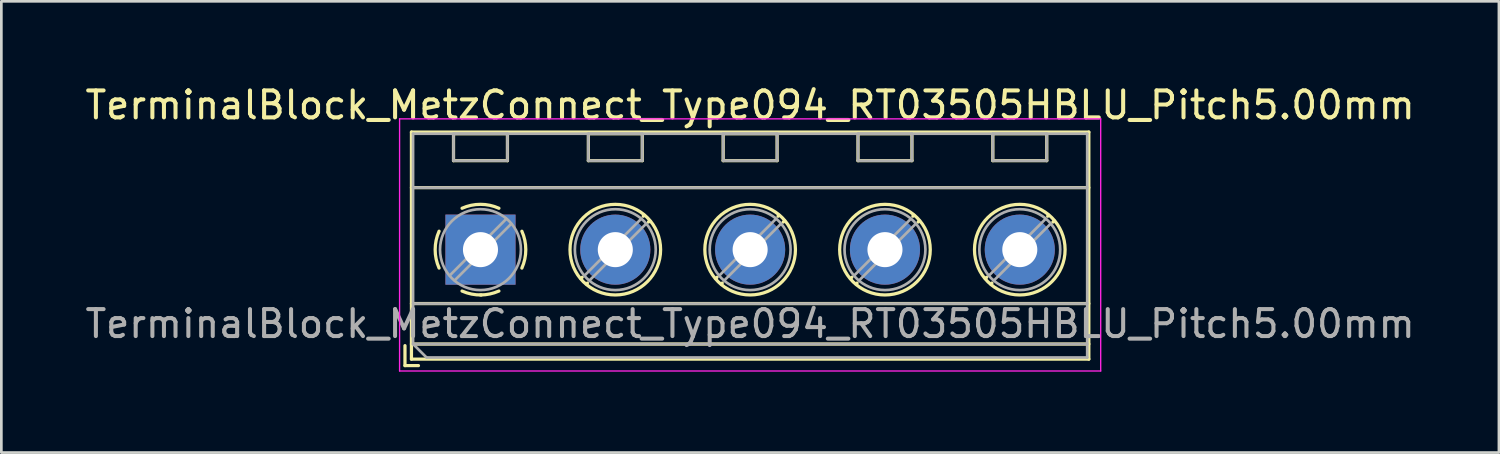
<source format=kicad_pcb>
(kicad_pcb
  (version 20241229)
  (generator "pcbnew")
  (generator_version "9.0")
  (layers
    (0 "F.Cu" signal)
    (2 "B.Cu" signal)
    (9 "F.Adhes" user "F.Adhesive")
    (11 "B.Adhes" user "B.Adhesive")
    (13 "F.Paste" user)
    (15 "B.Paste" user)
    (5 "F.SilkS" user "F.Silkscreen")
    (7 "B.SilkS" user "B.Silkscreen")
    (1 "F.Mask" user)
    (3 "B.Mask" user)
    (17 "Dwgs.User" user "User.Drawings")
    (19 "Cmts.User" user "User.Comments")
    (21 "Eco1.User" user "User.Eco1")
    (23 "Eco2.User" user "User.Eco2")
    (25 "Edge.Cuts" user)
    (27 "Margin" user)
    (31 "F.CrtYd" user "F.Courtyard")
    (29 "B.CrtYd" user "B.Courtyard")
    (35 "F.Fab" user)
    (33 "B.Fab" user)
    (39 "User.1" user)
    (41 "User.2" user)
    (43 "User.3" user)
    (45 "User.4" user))
  (footprint "TerminalBlock_MetzConnect_Type094_RT03505HBLU_Pitch5.00mm"
    (layer "F.Cu")
    (at 14.768 6.208)
    (property "Reference" "TerminalBlock_MetzConnect_Type094_RT03505HBLU_Pitch5.00mm" (at 10 -5.36 0) (layer "F.SilkS") (effects (font (size 1 1) (thickness 0.15))))
    (attr through_hole)
    (fp_line (start -2.8 3.56) (end -2.8 4.3) (stroke (width 0.12) (type solid)) (layer "F.SilkS"))
    (fp_line (start -2.8 4.3) (end -2.3 4.3) (stroke (width 0.12) (type solid)) (layer "F.SilkS"))
    (fp_line (start -2.56 -4.36) (end -2.56 4.06) (stroke (width 0.12) (type solid)) (layer "F.SilkS"))
    (fp_line (start -2.56 -2.3) (end 22.56 -2.3) (stroke (width 0.12) (type solid)) (layer "F.SilkS"))
    (fp_line (start -2.56 2) (end 22.56 2) (stroke (width 0.12) (type solid)) (layer "F.SilkS"))
    (fp_line (start -2.56 3.5) (end 22.56 3.5) (stroke (width 0.12) (type solid)) (layer "F.SilkS"))
    (fp_line (start -2.56 4.06) (end 22.56 4.06) (stroke (width 0.12) (type solid)) (layer "F.SilkS"))
    (fp_line (start -1 -4.3) (end -1 -3.3) (stroke (width 0.12) (type solid)) (layer "F.SilkS"))
    (fp_line (start -1 -4.3) (end 1 -4.3) (stroke (width 0.12) (type solid)) (layer "F.SilkS"))
    (fp_line (start -1 -3.3) (end 1 -3.3) (stroke (width 0.12) (type solid)) (layer "F.SilkS"))
    (fp_line (start 1 -4.3) (end 1 -3.3) (stroke (width 0.12) (type solid)) (layer "F.SilkS"))
    (fp_line (start 3.773 1.023) (end 3.726 1.069) (stroke (width 0.12) (type solid)) (layer "F.SilkS"))
    (fp_line (start 3.966 1.239) (end 3.931 1.274) (stroke (width 0.12) (type solid)) (layer "F.SilkS"))
    (fp_line (start 4 -4.3) (end 4 -3.3) (stroke (width 0.12) (type solid)) (layer "F.SilkS"))
    (fp_line (start 4 -4.3) (end 6 -4.3) (stroke (width 0.12) (type solid)) (layer "F.SilkS"))
    (fp_line (start 4 -3.3) (end 6 -3.3) (stroke (width 0.12) (type solid)) (layer "F.SilkS"))
    (fp_line (start 6 -4.3) (end 6 -3.3) (stroke (width 0.12) (type solid)) (layer "F.SilkS"))
    (fp_line (start 6.07 -1.275) (end 6.035 -1.239) (stroke (width 0.12) (type solid)) (layer "F.SilkS"))
    (fp_line (start 6.275 -1.069) (end 6.228 -1.023) (stroke (width 0.12) (type solid)) (layer "F.SilkS"))
    (fp_line (start 8.773 1.023) (end 8.726 1.069) (stroke (width 0.12) (type solid)) (layer "F.SilkS"))
    (fp_line (start 8.966 1.239) (end 8.931 1.274) (stroke (width 0.12) (type solid)) (layer "F.SilkS"))
    (fp_line (start 9 -4.3) (end 9 -3.3) (stroke (width 0.12) (type solid)) (layer "F.SilkS"))
    (fp_line (start 9 -4.3) (end 11 -4.3) (stroke (width 0.12) (type solid)) (layer "F.SilkS"))
    (fp_line (start 9 -3.3) (end 11 -3.3) (stroke (width 0.12) (type solid)) (layer "F.SilkS"))
    (fp_line (start 11 -4.3) (end 11 -3.3) (stroke (width 0.12) (type solid)) (layer "F.SilkS"))
    (fp_line (start 11.07 -1.275) (end 11.035 -1.239) (stroke (width 0.12) (type solid)) (layer "F.SilkS"))
    (fp_line (start 11.275 -1.069) (end 11.228 -1.023) (stroke (width 0.12) (type solid)) (layer "F.SilkS"))
    (fp_line (start 13.773 1.023) (end 13.726 1.069) (stroke (width 0.12) (type solid)) (layer "F.SilkS"))
    (fp_line (start 13.966 1.239) (end 13.931 1.274) (stroke (width 0.12) (type solid)) (layer "F.SilkS"))
    (fp_line (start 14 -4.3) (end 14 -3.3) (stroke (width 0.12) (type solid)) (layer "F.SilkS"))
    (fp_line (start 14 -4.3) (end 16 -4.3) (stroke (width 0.12) (type solid)) (layer "F.SilkS"))
    (fp_line (start 14 -3.3) (end 16 -3.3) (stroke (width 0.12) (type solid)) (layer "F.SilkS"))
    (fp_line (start 16 -4.3) (end 16 -3.3) (stroke (width 0.12) (type solid)) (layer "F.SilkS"))
    (fp_line (start 16.07 -1.275) (end 16.035 -1.239) (stroke (width 0.12) (type solid)) (layer "F.SilkS"))
    (fp_line (start 16.275 -1.069) (end 16.228 -1.023) (stroke (width 0.12) (type solid)) (layer "F.SilkS"))
    (fp_line (start 18.773 1.023) (end 18.726 1.069) (stroke (width 0.12) (type solid)) (layer "F.SilkS"))
    (fp_line (start 18.966 1.239) (end 18.931 1.274) (stroke (width 0.12) (type solid)) (layer "F.SilkS"))
    (fp_line (start 19 -4.3) (end 19 -3.3) (stroke (width 0.12) (type solid)) (layer "F.SilkS"))
    (fp_line (start 19 -4.3) (end 21 -4.3) (stroke (width 0.12) (type solid)) (layer "F.SilkS"))
    (fp_line (start 19 -3.3) (end 21 -3.3) (stroke (width 0.12) (type solid)) (layer "F.SilkS"))
    (fp_line (start 21 -4.3) (end 21 -3.3) (stroke (width 0.12) (type solid)) (layer "F.SilkS"))
    (fp_line (start 21.07 -1.275) (end 21.035 -1.239) (stroke (width 0.12) (type solid)) (layer "F.SilkS"))
    (fp_line (start 21.275 -1.069) (end 21.228 -1.023) (stroke (width 0.12) (type solid)) (layer "F.SilkS"))
    (fp_line (start 22.56 -4.36) (end -2.56 -4.36) (stroke (width 0.12) (type solid)) (layer "F.SilkS"))
    (fp_line (start 22.56 4.06) (end 22.56 -4.36) (stroke (width 0.12) (type solid)) (layer "F.SilkS"))
    (fp_arc (start -1.535427 0.683042) (mid -1.680501 -0.000524) (end -1.535 -0.684) (stroke (width 0.12) (type solid)) (layer "F.SilkS"))
    (fp_arc (start -0.683042 -1.535427) (mid 0.000524 -1.680501) (end 0.684 -1.535) (stroke (width 0.12) (type solid)) (layer "F.SilkS"))
    (fp_arc (start 0.028805 1.680253) (mid -0.335551 1.646659) (end -0.684 1.535) (stroke (width 0.12) (type solid)) (layer "F.SilkS"))
    (fp_arc (start 0.683318 1.534756) (mid 0.349292 1.643288) (end 0 1.68) (stroke (width 0.12) (type solid)) (layer "F.SilkS"))
    (fp_arc (start 1.535427 -0.683042) (mid 1.680501 0.000524) (end 1.535 0.684) (stroke (width 0.12) (type solid)) (layer "F.SilkS"))
    (fp_circle (center 5 0) (end 6.68 0) (stroke (width 0.12) (type solid)) (fill no) (layer "F.SilkS"))
    (fp_circle (center 10 0) (end 11.68 0) (stroke (width 0.12) (type solid)) (fill no) (layer "F.SilkS"))
    (fp_circle (center 15 0) (end 16.68 0) (stroke (width 0.12) (type solid)) (fill no) (layer "F.SilkS"))
    (fp_circle (center 20 0) (end 21.68 0) (stroke (width 0.12) (type solid)) (fill no) (layer "F.SilkS"))
    (fp_line (start -3 -4.85) (end -3 4.5) (stroke (width 0.05) (type solid)) (layer "F.CrtYd"))
    (fp_line (start -3 4.5) (end 23 4.5) (stroke (width 0.05) (type solid)) (layer "F.CrtYd"))
    (fp_line (start 23 -4.85) (end -3 -4.85) (stroke (width 0.05) (type solid)) (layer "F.CrtYd"))
    (fp_line (start 23 4.5) (end 23 -4.85) (stroke (width 0.05) (type solid)) (layer "F.CrtYd"))
    (fp_line (start -2.5 -4.3) (end 22.5 -4.3) (stroke (width 0.1) (type solid)) (layer "F.Fab"))
    (fp_line (start -2.5 -2.3) (end 22.5 -2.3) (stroke (width 0.1) (type solid)) (layer "F.Fab"))
    (fp_line (start -2.5 2) (end 22.5 2) (stroke (width 0.1) (type solid)) (layer "F.Fab"))
    (fp_line (start -2.5 3.5) (end -2.5 -4.3) (stroke (width 0.1) (type solid)) (layer "F.Fab"))
    (fp_line (start -2.5 3.5) (end 22.5 3.5) (stroke (width 0.1) (type solid)) (layer "F.Fab"))
    (fp_line (start -2 4) (end -2.5 3.5) (stroke (width 0.1) (type solid)) (layer "F.Fab"))
    (fp_line (start -1 -4.3) (end -1 -3.3) (stroke (width 0.1) (type solid)) (layer "F.Fab"))
    (fp_line (start -1 -3.3) (end 1 -3.3) (stroke (width 0.1) (type solid)) (layer "F.Fab"))
    (fp_line (start 0.955 -1.138) (end -1.138 0.955) (stroke (width 0.1) (type solid)) (layer "F.Fab"))
    (fp_line (start 1 -4.3) (end -1 -4.3) (stroke (width 0.1) (type solid)) (layer "F.Fab"))
    (fp_line (start 1 -3.3) (end 1 -4.3) (stroke (width 0.1) (type solid)) (layer "F.Fab"))
    (fp_line (start 1.138 -0.955) (end -0.955 1.138) (stroke (width 0.1) (type solid)) (layer "F.Fab"))
    (fp_line (start 4 -4.3) (end 4 -3.3) (stroke (width 0.1) (type solid)) (layer "F.Fab"))
    (fp_line (start 4 -3.3) (end 6 -3.3) (stroke (width 0.1) (type solid)) (layer "F.Fab"))
    (fp_line (start 5.955 -1.138) (end 3.863 0.955) (stroke (width 0.1) (type solid)) (layer "F.Fab"))
    (fp_line (start 6 -4.3) (end 4 -4.3) (stroke (width 0.1) (type solid)) (layer "F.Fab"))
    (fp_line (start 6 -3.3) (end 6 -4.3) (stroke (width 0.1) (type solid)) (layer "F.Fab"))
    (fp_line (start 6.138 -0.955) (end 4.046 1.138) (stroke (width 0.1) (type solid)) (layer "F.Fab"))
    (fp_line (start 9 -4.3) (end 9 -3.3) (stroke (width 0.1) (type solid)) (layer "F.Fab"))
    (fp_line (start 9 -3.3) (end 11 -3.3) (stroke (width 0.1) (type solid)) (layer "F.Fab"))
    (fp_line (start 10.955 -1.138) (end 8.863 0.955) (stroke (width 0.1) (type solid)) (layer "F.Fab"))
    (fp_line (start 11 -4.3) (end 9 -4.3) (stroke (width 0.1) (type solid)) (layer "F.Fab"))
    (fp_line (start 11 -3.3) (end 11 -4.3) (stroke (width 0.1) (type solid)) (layer "F.Fab"))
    (fp_line (start 11.138 -0.955) (end 9.046 1.138) (stroke (width 0.1) (type solid)) (layer "F.Fab"))
    (fp_line (start 14 -4.3) (end 14 -3.3) (stroke (width 0.1) (type solid)) (layer "F.Fab"))
    (fp_line (start 14 -3.3) (end 16 -3.3) (stroke (width 0.1) (type solid)) (layer "F.Fab"))
    (fp_line (start 15.955 -1.138) (end 13.863 0.955) (stroke (width 0.1) (type solid)) (layer "F.Fab"))
    (fp_line (start 16 -4.3) (end 14 -4.3) (stroke (width 0.1) (type solid)) (layer "F.Fab"))
    (fp_line (start 16 -3.3) (end 16 -4.3) (stroke (width 0.1) (type solid)) (layer "F.Fab"))
    (fp_line (start 16.138 -0.955) (end 14.046 1.138) (stroke (width 0.1) (type solid)) (layer "F.Fab"))
    (fp_line (start 19 -4.3) (end 19 -3.3) (stroke (width 0.1) (type solid)) (layer "F.Fab"))
    (fp_line (start 19 -3.3) (end 21 -3.3) (stroke (width 0.1) (type solid)) (layer "F.Fab"))
    (fp_line (start 20.955 -1.138) (end 18.863 0.955) (stroke (width 0.1) (type solid)) (layer "F.Fab"))
    (fp_line (start 21 -4.3) (end 19 -4.3) (stroke (width 0.1) (type solid)) (layer "F.Fab"))
    (fp_line (start 21 -3.3) (end 21 -4.3) (stroke (width 0.1) (type solid)) (layer "F.Fab"))
    (fp_line (start 21.138 -0.955) (end 19.046 1.138) (stroke (width 0.1) (type solid)) (layer "F.Fab"))
    (fp_line (start 22.5 -4.3) (end 22.5 4) (stroke (width 0.1) (type solid)) (layer "F.Fab"))
    (fp_line (start 22.5 4) (end -2 4) (stroke (width 0.1) (type solid)) (layer "F.Fab"))
    (fp_circle (center 0 0) (end 1.5 0) (stroke (width 0.1) (type solid)) (fill no) (layer "F.Fab"))
    (fp_circle (center 5 0) (end 6.5 0) (stroke (width 0.1) (type solid)) (fill no) (layer "F.Fab"))
    (fp_circle (center 10 0) (end 11.5 0) (stroke (width 0.1) (type solid)) (fill no) (layer "F.Fab"))
    (fp_circle (center 15 0) (end 16.5 0) (stroke (width 0.1) (type solid)) (fill no) (layer "F.Fab"))
    (fp_circle (center 20 0) (end 21.5 0) (stroke (width 0.1) (type solid)) (fill no) (layer "F.Fab"))
    (fp_text user "${REFERENCE}" (at 10 2.75 0) (layer "F.Fab") (effects (font (size 1 1) (thickness 0.15))))
    (pad "1" thru_hole rect (at 0 0) (size 2.6 2.6) (drill 1.3) (layers "*.Cu" "*.Mask"))
    (pad "2" thru_hole circle (at 5 0) (size 2.6 2.6) (drill 1.3) (layers "*.Cu" "*.Mask"))
    (pad "3" thru_hole circle (at 10 0) (size 2.6 2.6) (drill 1.3) (layers "*.Cu" "*.Mask"))
    (pad "4" thru_hole circle (at 15 0) (size 2.6 2.6) (drill 1.3) (layers "*.Cu" "*.Mask"))
    (pad "5" thru_hole circle (at 20 0) (size 2.6 2.6) (drill 1.3) (layers "*.Cu" "*.Mask")))
  (gr_rect
    (start -3 -3)
    (end 52.536 13.733)
    (stroke (width 0.1) (type default))
    (fill no)
    (layer "Edge.Cuts")))
</source>
